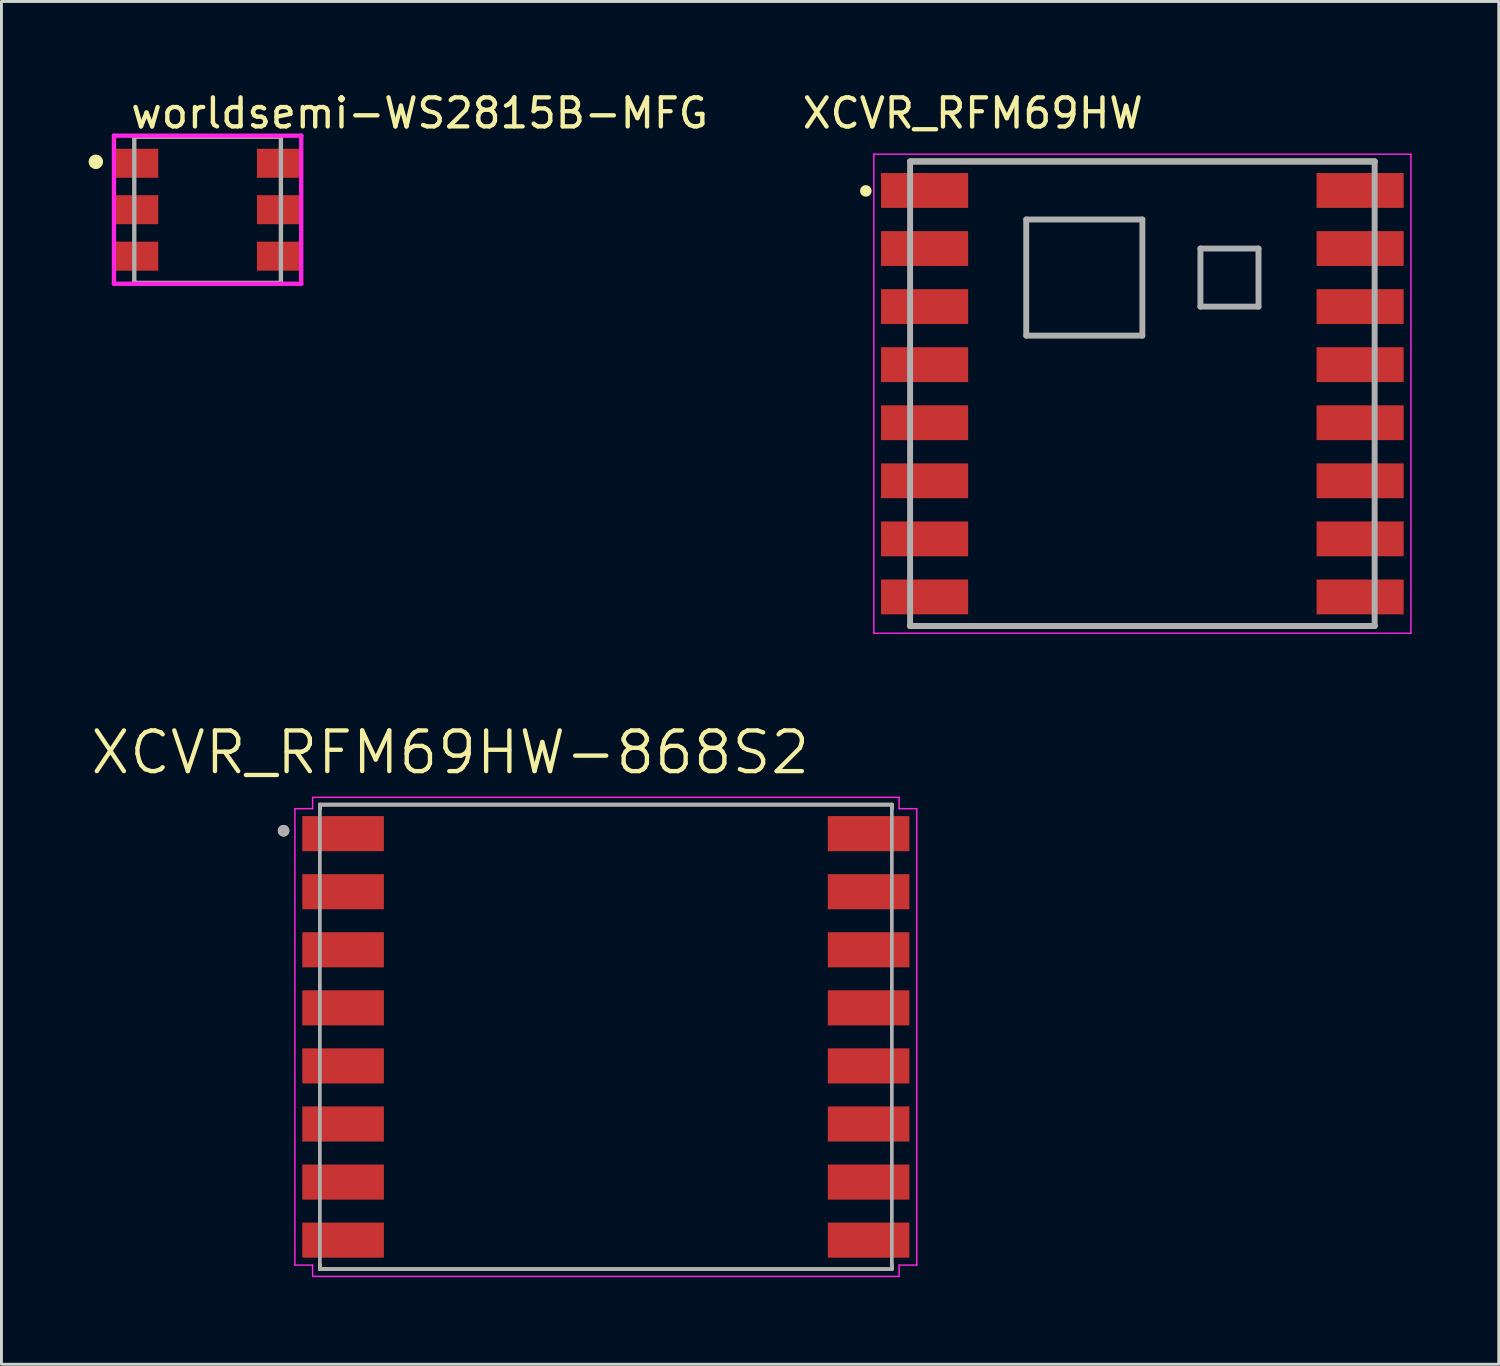
<source format=kicad_pcb>
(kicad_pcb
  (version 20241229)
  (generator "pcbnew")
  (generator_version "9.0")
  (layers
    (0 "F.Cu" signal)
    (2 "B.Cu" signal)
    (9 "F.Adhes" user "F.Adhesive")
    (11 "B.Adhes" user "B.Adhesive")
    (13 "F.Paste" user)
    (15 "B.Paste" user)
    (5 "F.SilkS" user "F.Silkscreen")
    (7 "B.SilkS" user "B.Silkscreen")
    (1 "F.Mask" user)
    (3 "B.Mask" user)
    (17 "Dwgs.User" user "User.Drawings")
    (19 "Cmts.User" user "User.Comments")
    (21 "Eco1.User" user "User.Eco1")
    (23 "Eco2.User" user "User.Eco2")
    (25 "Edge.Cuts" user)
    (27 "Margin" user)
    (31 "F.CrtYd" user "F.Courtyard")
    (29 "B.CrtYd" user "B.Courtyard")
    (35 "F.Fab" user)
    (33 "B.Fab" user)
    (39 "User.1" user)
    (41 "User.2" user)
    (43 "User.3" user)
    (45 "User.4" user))
  (footprint "worldsemi-WS2815B-MFG"
    (layer "F.Cu")
    (at 4.1 4.173)
    (property "Reference" "worldsemi-WS2815B-MFG" (at -2.725 -3.325 0) (layer "F.SilkS") (effects (font (size 1 1) (thickness 0.15)) (justify left)))
    (attr through_hole)
    (fp_line (start -2.525 -2.525) (end 2.525 -2.525) (stroke (width 0.15) (type solid)) (layer "F.SilkS"))
    (fp_line (start -2.525 -2.475) (end -2.525 -2.525) (stroke (width 0.15) (type solid)) (layer "F.SilkS"))
    (fp_line (start -2.525 2.525) (end -2.525 2.475) (stroke (width 0.15) (type solid)) (layer "F.SilkS"))
    (fp_line (start -2.525 2.525) (end 2.525 2.525) (stroke (width 0.15) (type solid)) (layer "F.SilkS"))
    (fp_line (start 2.525 -2.475) (end 2.525 -2.525) (stroke (width 0.15) (type solid)) (layer "F.SilkS"))
    (fp_line (start 2.525 2.525) (end 2.525 2.475) (stroke (width 0.15) (type solid)) (layer "F.SilkS"))
    (fp_circle (center -3.85 -1.65) (end -3.725 -1.65) (stroke (width 0.25) (type solid)) (fill no) (layer "F.SilkS"))
    (fp_line (start -3.225 -2.55) (end -3.225 2.55) (stroke (width 0.15) (type solid)) (layer "F.CrtYd"))
    (fp_line (start -3.225 2.55) (end 3.225 2.55) (stroke (width 0.15) (type solid)) (layer "F.CrtYd"))
    (fp_line (start 3.225 -2.55) (end -3.225 -2.55) (stroke (width 0.15) (type solid)) (layer "F.CrtYd"))
    (fp_line (start 3.225 -2.55) (end 3.225 -2.55) (stroke (width 0.15) (type solid)) (layer "F.CrtYd"))
    (fp_line (start 3.225 2.55) (end 3.225 -2.55) (stroke (width 0.15) (type solid)) (layer "F.CrtYd"))
    (fp_line (start -2.525 -2.525) (end 2.525 -2.525) (stroke (width 0.15) (type solid)) (layer "F.Fab"))
    (fp_line (start -2.525 2.525) (end -2.525 -2.525) (stroke (width 0.15) (type solid)) (layer "F.Fab"))
    (fp_line (start 2.525 -2.525) (end 2.525 2.525) (stroke (width 0.15) (type solid)) (layer "F.Fab"))
    (fp_line (start 2.525 2.525) (end -2.525 2.525) (stroke (width 0.15) (type solid)) (layer "F.Fab"))
    (pad "1" smd rect (at -2.45 -1.6) (size 1.5 1) (layers "F.Cu" "F.Mask" "F.Paste"))
    (pad "2" smd rect (at -2.45 0) (size 1.5 1) (layers "F.Cu" "F.Mask" "F.Paste"))
    (pad "3" smd rect (at -2.45 1.6) (size 1.5 1) (layers "F.Cu" "F.Mask" "F.Paste"))
    (pad "4" smd rect (at 2.45 1.6) (size 1.5 1) (layers "F.Cu" "F.Mask" "F.Paste"))
    (pad "5" smd rect (at 2.45 0) (size 1.5 1) (layers "F.Cu" "F.Mask" "F.Paste"))
    (pad "6" smd rect (at 2.45 -1.6) (size 1.5 1) (layers "F.Cu" "F.Mask" "F.Paste")))
  (footprint "XCVR_RFM69HW-868S2"
    (layer "F.Cu")
    (at 17.817 32.663)
    (property "Reference" "XCVR_RFM69HW-868S2" (at -5.358 -9.795 0) (layer "F.SilkS") (effects (font (size 1.401 1.401) (thickness 0.15))))
    (attr through_hole)
    (fp_line (start -9.85 -8) (end 9.85 -8) (stroke (width 0.127) (type solid)) (layer "F.SilkS"))
    (fp_line (start -9.85 -7.85) (end -9.85 -8) (stroke (width 0.127) (type solid)) (layer "F.SilkS"))
    (fp_line (start -9.85 7.85) (end -9.85 8) (stroke (width 0.127) (type solid)) (layer "F.SilkS"))
    (fp_line (start -9.85 8) (end 9.85 8) (stroke (width 0.127) (type solid)) (layer "F.SilkS"))
    (fp_line (start 9.85 -8) (end 9.85 -7.85) (stroke (width 0.127) (type solid)) (layer "F.SilkS"))
    (fp_line (start 9.85 8) (end 9.85 7.85) (stroke (width 0.127) (type solid)) (layer "F.SilkS"))
    (fp_circle (center -11.1 -7.1) (end -11 -7.1) (stroke (width 0.2) (type solid)) (fill no) (layer "F.SilkS"))
    (fp_line (start -10.71 -7.86) (end -10.1 -7.86) (stroke (width 0.05) (type solid)) (layer "F.CrtYd"))
    (fp_line (start -10.71 7.86) (end -10.71 -7.86) (stroke (width 0.05) (type solid)) (layer "F.CrtYd"))
    (fp_line (start -10.1 -8.25) (end 10.1 -8.25) (stroke (width 0.05) (type solid)) (layer "F.CrtYd"))
    (fp_line (start -10.1 -7.86) (end -10.1 -8.25) (stroke (width 0.05) (type solid)) (layer "F.CrtYd"))
    (fp_line (start -10.1 7.86) (end -10.71 7.86) (stroke (width 0.05) (type solid)) (layer "F.CrtYd"))
    (fp_line (start -10.1 8.25) (end -10.1 7.86) (stroke (width 0.05) (type solid)) (layer "F.CrtYd"))
    (fp_line (start 10.1 -8.25) (end 10.1 -7.86) (stroke (width 0.05) (type solid)) (layer "F.CrtYd"))
    (fp_line (start 10.1 -7.86) (end 10.71 -7.86) (stroke (width 0.05) (type solid)) (layer "F.CrtYd"))
    (fp_line (start 10.1 7.86) (end 10.1 8.25) (stroke (width 0.05) (type solid)) (layer "F.CrtYd"))
    (fp_line (start 10.1 8.25) (end -10.1 8.25) (stroke (width 0.05) (type solid)) (layer "F.CrtYd"))
    (fp_line (start 10.71 -7.86) (end 10.71 7.86) (stroke (width 0.05) (type solid)) (layer "F.CrtYd"))
    (fp_line (start 10.71 7.86) (end 10.1 7.86) (stroke (width 0.05) (type solid)) (layer "F.CrtYd"))
    (fp_line (start -9.85 -8) (end 9.85 -8) (stroke (width 0.127) (type solid)) (layer "F.Fab"))
    (fp_line (start -9.85 8) (end -9.85 -8) (stroke (width 0.127) (type solid)) (layer "F.Fab"))
    (fp_line (start 9.85 -8) (end 9.85 8) (stroke (width 0.127) (type solid)) (layer "F.Fab"))
    (fp_line (start 9.85 8) (end -9.85 8) (stroke (width 0.127) (type solid)) (layer "F.Fab"))
    (fp_circle (center -11.1 -7.1) (end -11 -7.1) (stroke (width 0.2) (type solid)) (fill no) (layer "F.Fab"))
    (pad "1" smd rect (at -9.05 -7) (size 2.81 1.21) (layers "F.Cu" "F.Mask" "F.Paste"))
    (pad "2" smd rect (at -9.05 -5) (size 2.81 1.21) (layers "F.Cu" "F.Mask" "F.Paste"))
    (pad "3" smd rect (at -9.05 -3) (size 2.81 1.21) (layers "F.Cu" "F.Mask" "F.Paste"))
    (pad "4" smd rect (at -9.05 -1) (size 2.81 1.21) (layers "F.Cu" "F.Mask" "F.Paste"))
    (pad "5" smd rect (at -9.05 1) (size 2.81 1.21) (layers "F.Cu" "F.Mask" "F.Paste"))
    (pad "6" smd rect (at -9.05 3) (size 2.81 1.21) (layers "F.Cu" "F.Mask" "F.Paste"))
    (pad "7" smd rect (at -9.05 5) (size 2.81 1.21) (layers "F.Cu" "F.Mask" "F.Paste"))
    (pad "8" smd rect (at -9.05 7) (size 2.81 1.21) (layers "F.Cu" "F.Mask" "F.Paste"))
    (pad "9" smd rect (at 9.05 7) (size 2.81 1.21) (layers "F.Cu" "F.Mask" "F.Paste"))
    (pad "10" smd rect (at 9.05 5) (size 2.81 1.21) (layers "F.Cu" "F.Mask" "F.Paste"))
    (pad "11" smd rect (at 9.05 3) (size 2.81 1.21) (layers "F.Cu" "F.Mask" "F.Paste"))
    (pad "12" smd rect (at 9.05 1) (size 2.81 1.21) (layers "F.Cu" "F.Mask" "F.Paste"))
    (pad "13" smd rect (at 9.05 -1) (size 2.81 1.21) (layers "F.Cu" "F.Mask" "F.Paste"))
    (pad "14" smd rect (at 9.05 -3) (size 2.81 1.21) (layers "F.Cu" "F.Mask" "F.Paste"))
    (pad "15" smd rect (at 9.05 -5) (size 2.81 1.21) (layers "F.Cu" "F.Mask" "F.Paste"))
    (pad "16" smd rect (at 9.05 -7) (size 2.81 1.21) (layers "F.Cu" "F.Mask" "F.Paste")))
  (footprint "XCVR_RFM69HW"
    (layer "F.Cu")
    (at 36.296 10.51)
    (property "Reference" "XCVR_RFM69HW" (at -5.84 -9.66 0) (layer "F.SilkS") (effects (font (size 1.003 1.003) (thickness 0.15))))
    (attr through_hole)
    (fp_line (start -8 -8) (end 8 -8) (stroke (width 0.203) (type solid)) (layer "F.SilkS"))
    (fp_line (start 8 8) (end -8 8) (stroke (width 0.203) (type solid)) (layer "F.SilkS"))
    (fp_circle (center -9.525 -6.985) (end -9.425 -6.985) (stroke (width 0.2) (type solid)) (fill no) (layer "F.SilkS"))
    (fp_line (start -9.25 -8.25) (end -9.25 8.25) (stroke (width 0.05) (type solid)) (layer "F.CrtYd"))
    (fp_line (start -9.25 8.25) (end 9.25 8.25) (stroke (width 0.05) (type solid)) (layer "F.CrtYd"))
    (fp_line (start 9.25 -8.25) (end -9.25 -8.25) (stroke (width 0.05) (type solid)) (layer "F.CrtYd"))
    (fp_line (start 9.25 8.25) (end 9.25 -8.25) (stroke (width 0.05) (type solid)) (layer "F.CrtYd"))
    (fp_line (start -8 -8) (end 8 -8) (stroke (width 0.203) (type solid)) (layer "F.Fab"))
    (fp_line (start -8 8) (end -8 -8) (stroke (width 0.203) (type solid)) (layer "F.Fab"))
    (fp_line (start -4 -6) (end -4 -2) (stroke (width 0.203) (type solid)) (layer "F.Fab"))
    (fp_line (start -4 -2) (end 0 -2) (stroke (width 0.203) (type solid)) (layer "F.Fab"))
    (fp_line (start 0 -6) (end -4 -6) (stroke (width 0.203) (type solid)) (layer "F.Fab"))
    (fp_line (start 0 -2) (end 0 -6) (stroke (width 0.203) (type solid)) (layer "F.Fab"))
    (fp_line (start 2 -3) (end 2 -5) (stroke (width 0.203) (type solid)) (layer "F.Fab"))
    (fp_line (start 4 -5) (end 2 -5) (stroke (width 0.203) (type solid)) (layer "F.Fab"))
    (fp_line (start 4 -3) (end 2 -3) (stroke (width 0.203) (type solid)) (layer "F.Fab"))
    (fp_line (start 4 -3) (end 4 -5) (stroke (width 0.203) (type solid)) (layer "F.Fab"))
    (fp_line (start 8 -8) (end 8 8) (stroke (width 0.203) (type solid)) (layer "F.Fab"))
    (fp_line (start 8 8) (end -8 8) (stroke (width 0.203) (type solid)) (layer "F.Fab"))
    (pad "1" smd rect (at -7.5 -7) (size 3 1.2) (layers "F.Cu" "F.Mask" "F.Paste"))
    (pad "2" smd rect (at -7.5 -5) (size 3 1.2) (layers "F.Cu" "F.Mask" "F.Paste"))
    (pad "3" smd rect (at -7.5 -3) (size 3 1.2) (layers "F.Cu" "F.Mask" "F.Paste"))
    (pad "4" smd rect (at -7.5 -1) (size 3 1.2) (layers "F.Cu" "F.Mask" "F.Paste"))
    (pad "5" smd rect (at -7.5 1) (size 3 1.2) (layers "F.Cu" "F.Mask" "F.Paste"))
    (pad "6" smd rect (at -7.5 3) (size 3 1.2) (layers "F.Cu" "F.Mask" "F.Paste"))
    (pad "7" smd rect (at -7.5 5) (size 3 1.2) (layers "F.Cu" "F.Mask" "F.Paste"))
    (pad "8" smd rect (at -7.5 7) (size 3 1.2) (layers "F.Cu" "F.Mask" "F.Paste"))
    (pad "9" smd rect (at 7.5 7) (size 3 1.2) (layers "F.Cu" "F.Mask" "F.Paste"))
    (pad "10" smd rect (at 7.5 5) (size 3 1.2) (layers "F.Cu" "F.Mask" "F.Paste"))
    (pad "11" smd rect (at 7.5 3) (size 3 1.2) (layers "F.Cu" "F.Mask" "F.Paste"))
    (pad "12" smd rect (at 7.5 1) (size 3 1.2) (layers "F.Cu" "F.Mask" "F.Paste"))
    (pad "13" smd rect (at 7.5 -1) (size 3 1.2) (layers "F.Cu" "F.Mask" "F.Paste"))
    (pad "14" smd rect (at 7.5 -3) (size 3 1.2) (layers "F.Cu" "F.Mask" "F.Paste"))
    (pad "15" smd rect (at 7.5 -5) (size 3 1.2) (layers "F.Cu" "F.Mask" "F.Paste"))
    (pad "16" smd rect (at 7.5 -7) (size 3 1.2) (layers "F.Cu" "F.Mask" "F.Paste")))
  (gr_rect
    (start -3 -3)
    (end 48.571 43.938)
    (stroke (width 0.1) (type default))
    (fill no)
    (layer "Edge.Cuts")))
</source>
